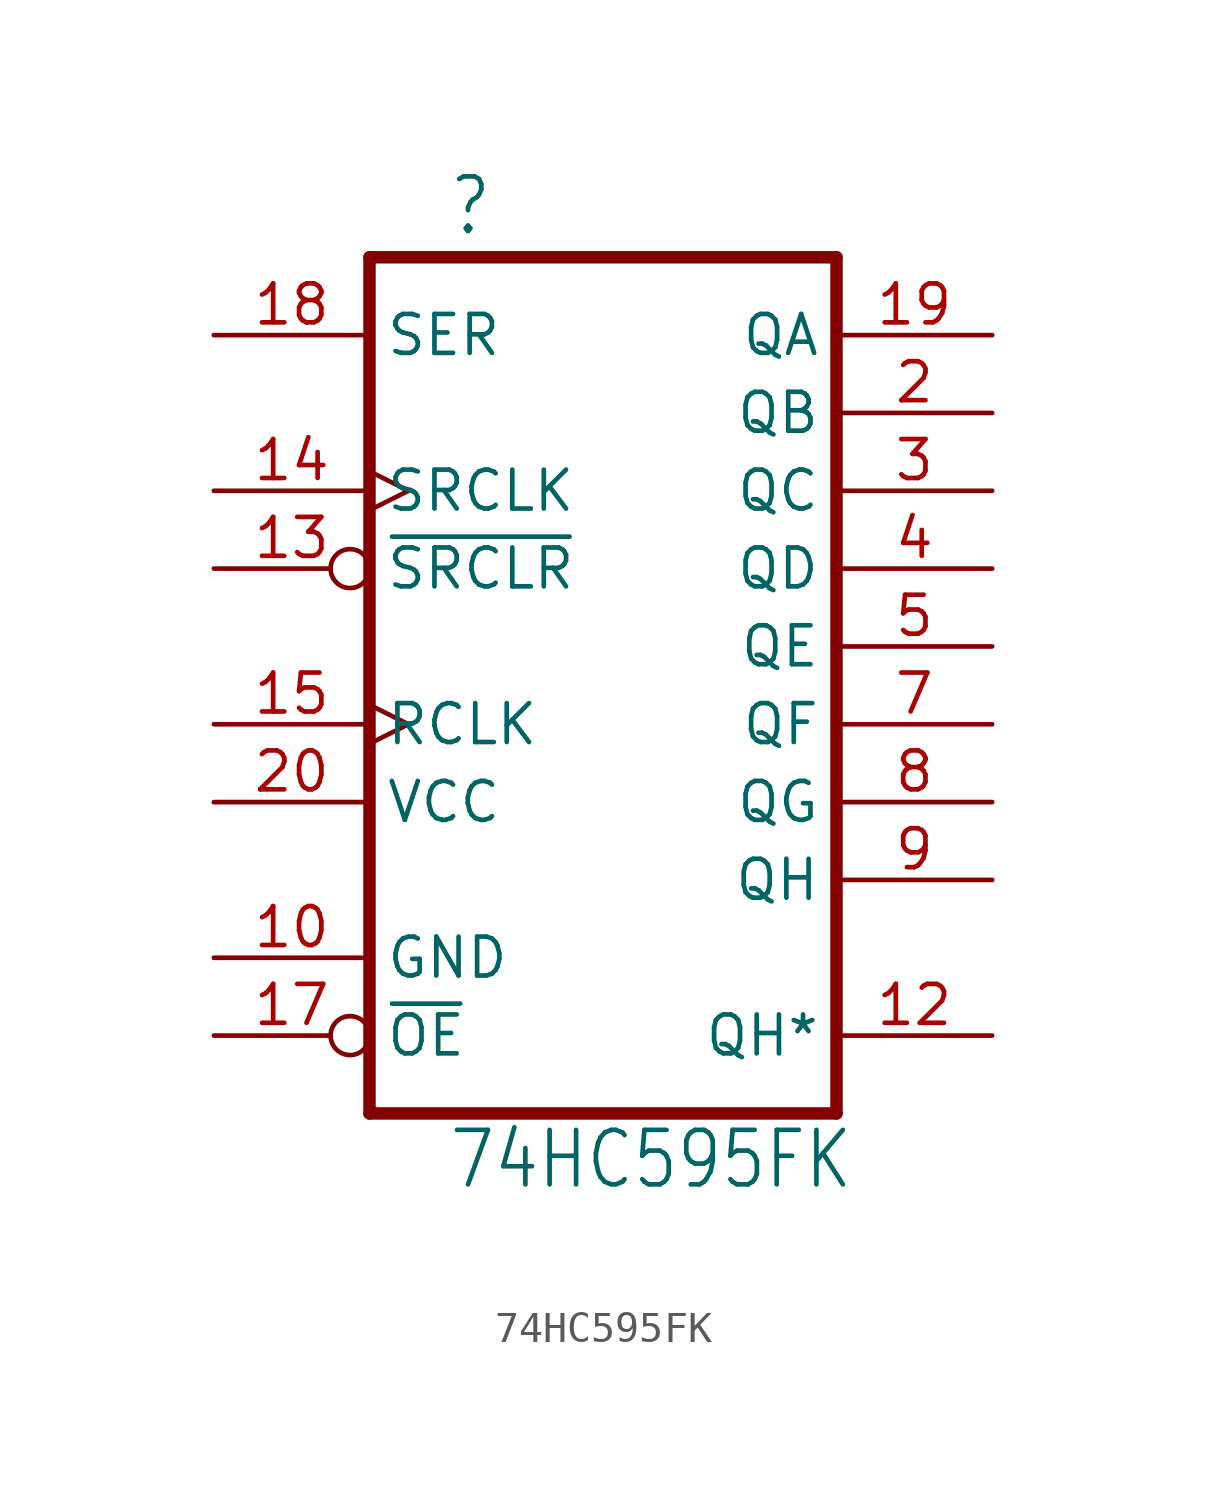
<source format=kicad_sym>
(kicad_symbol_lib
  (version 20211014)
  (generator kicad_symbol_editor)
  (symbol "74HC595FK"
    (property "Reference" ""
      (at -7.62 15.875 0)
      (effects (font (size 1.778 1.511)) (justify left bottom)))
    (property "Value" "74HC595FK"
      (at -7.62 -15.24 0)
      (effects (font (size 1.778 1.511)) (justify left bottom)))
    (property "ki_locked" ""
      (at 0 0 0)
      (effects (font (size 1.27 1.27))))
    (symbol "74HC595FK_1_0"
      (polyline (pts (xy -10.16 -12.7) (xy 5.08 -12.7)) (stroke (width 0.406) (type default) (color 0 0 0 0)) (fill (type none)))
      (polyline (pts (xy -10.16 15.24) (xy -10.16 -12.7)) (stroke (width 0.406) (type default) (color 0 0 0 0)) (fill (type none)))
      (polyline (pts (xy 5.08 -12.7) (xy 5.08 15.24)) (stroke (width 0.406) (type default) (color 0 0 0 0)) (fill (type none)))
      (polyline (pts (xy 5.08 15.24) (xy -10.16 15.24)) (stroke (width 0.406) (type default) (color 0 0 0 0)) (fill (type none)))
      (pin power_in line (at -15.24 -7.62 0) (length 5.08) (name "GND" (effects (font (size 1.27 1.27)))) (number "10" (effects (font (size 1.27 1.27)))))
      (pin tri_state line (at 10.16 -10.16 180) (length 5.08) (name "QH*" (effects (font (size 1.27 1.27)))) (number "12" (effects (font (size 1.27 1.27)))))
      (pin input inverted (at -15.24 5.08 0) (length 5.08) (name "~{SRCLR}" (effects (font (size 1.27 1.27)))) (number "13" (effects (font (size 1.27 1.27)))))
      (pin input clock (at -15.24 7.62 0) (length 5.08) (name "SRCLK" (effects (font (size 1.27 1.27)))) (number "14" (effects (font (size 1.27 1.27)))))
      (pin input clock (at -15.24 0 0) (length 5.08) (name "RCLK" (effects (font (size 1.27 1.27)))) (number "15" (effects (font (size 1.27 1.27)))))
      (pin input inverted (at -15.24 -10.16 0) (length 5.08) (name "~{OE}" (effects (font (size 1.27 1.27)))) (number "17" (effects (font (size 1.27 1.27)))))
      (pin input line (at -15.24 12.7 0) (length 5.08) (name "SER" (effects (font (size 1.27 1.27)))) (number "18" (effects (font (size 1.27 1.27)))))
      (pin tri_state line (at 10.16 12.7 180) (length 5.08) (name "QA" (effects (font (size 1.27 1.27)))) (number "19" (effects (font (size 1.27 1.27)))))
      (pin tri_state line (at 10.16 10.16 180) (length 5.08) (name "QB" (effects (font (size 1.27 1.27)))) (number "2" (effects (font (size 1.27 1.27)))))
      (pin power_in line (at -15.24 -2.54 0) (length 5.08) (name "VCC" (effects (font (size 1.27 1.27)))) (number "20" (effects (font (size 1.27 1.27)))))
      (pin tri_state line (at 10.16 7.62 180) (length 5.08) (name "QC" (effects (font (size 1.27 1.27)))) (number "3" (effects (font (size 1.27 1.27)))))
      (pin tri_state line (at 10.16 5.08 180) (length 5.08) (name "QD" (effects (font (size 1.27 1.27)))) (number "4" (effects (font (size 1.27 1.27)))))
      (pin tri_state line (at 10.16 2.54 180) (length 5.08) (name "QE" (effects (font (size 1.27 1.27)))) (number "5" (effects (font (size 1.27 1.27)))))
      (pin tri_state line (at 10.16 0 180) (length 5.08) (name "QF" (effects (font (size 1.27 1.27)))) (number "7" (effects (font (size 1.27 1.27)))))
      (pin tri_state line (at 10.16 -2.54 180) (length 5.08) (name "QG" (effects (font (size 1.27 1.27)))) (number "8" (effects (font (size 1.27 1.27)))))
      (pin tri_state line (at 10.16 -5.08 180) (length 5.08) (name "QH" (effects (font (size 1.27 1.27)))) (number "9" (effects (font (size 1.27 1.27))))))))
</source>
